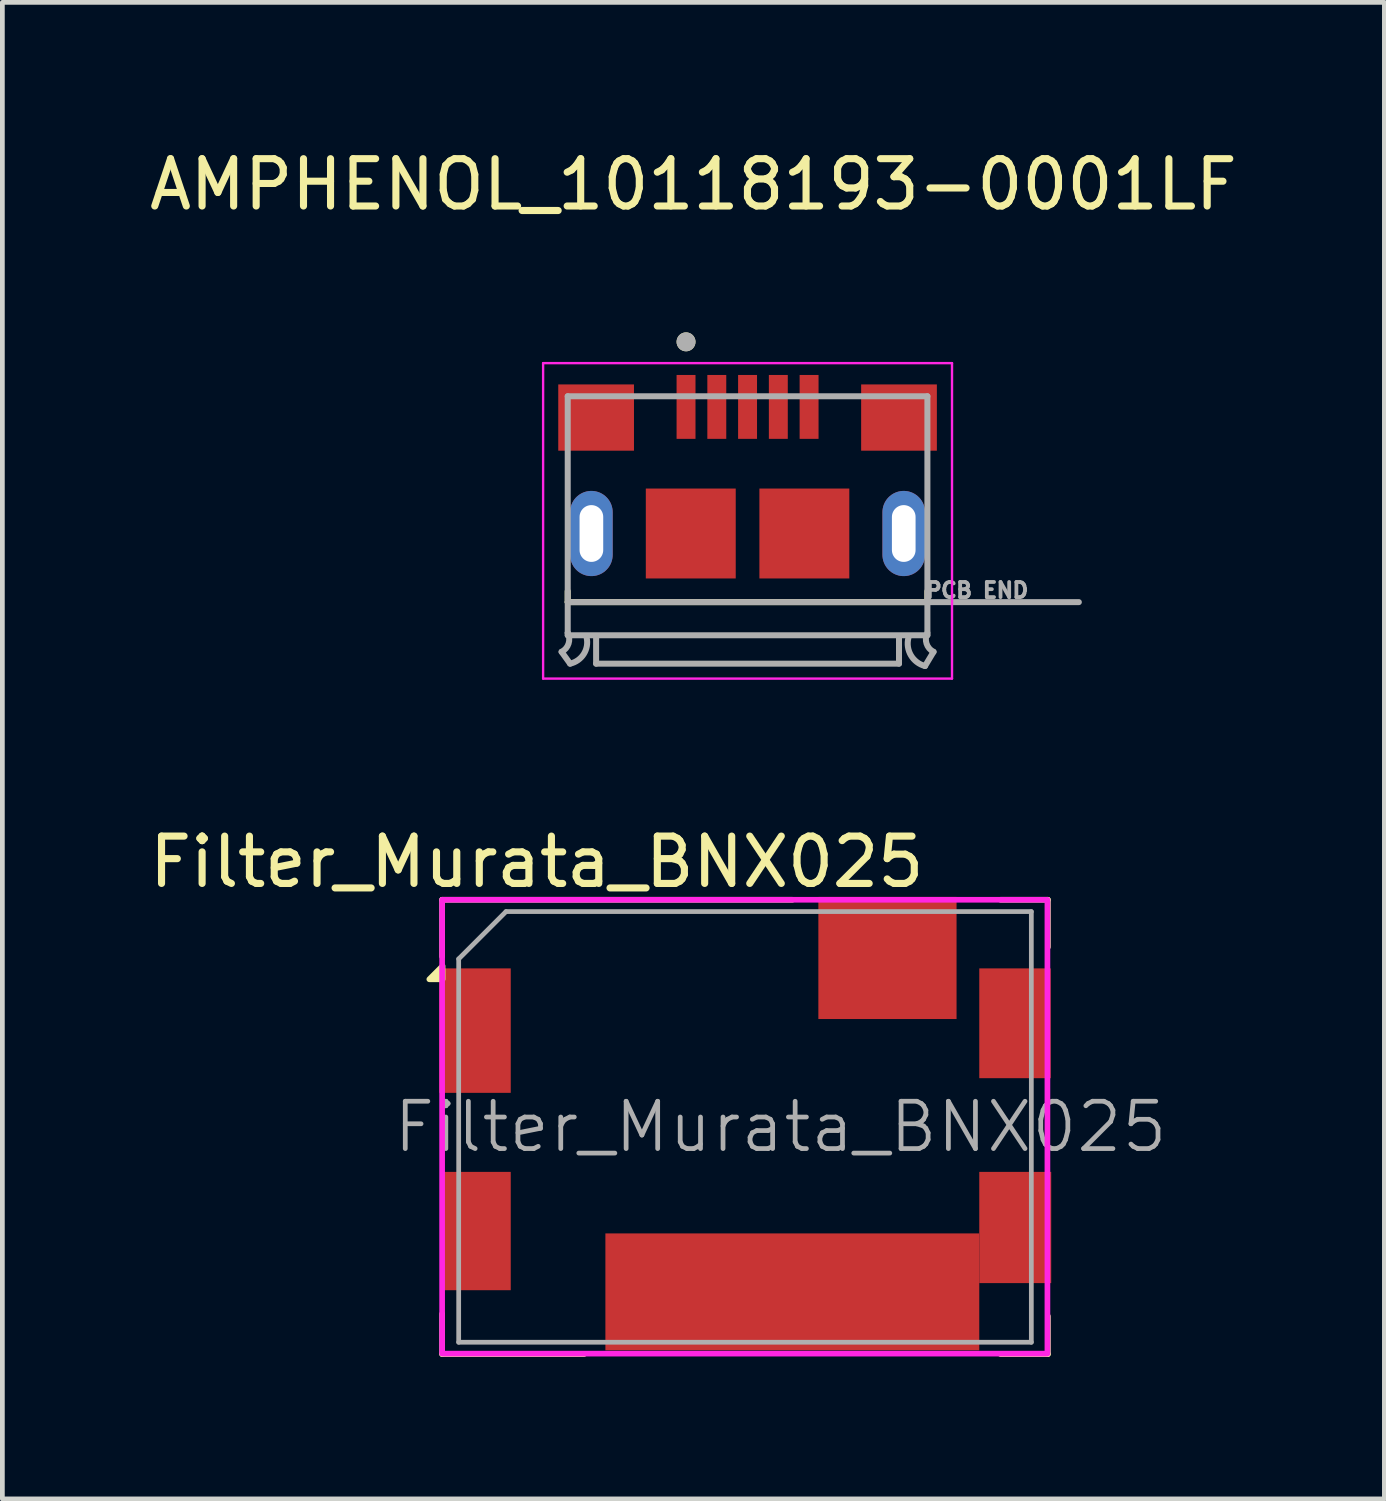
<source format=kicad_pcb>
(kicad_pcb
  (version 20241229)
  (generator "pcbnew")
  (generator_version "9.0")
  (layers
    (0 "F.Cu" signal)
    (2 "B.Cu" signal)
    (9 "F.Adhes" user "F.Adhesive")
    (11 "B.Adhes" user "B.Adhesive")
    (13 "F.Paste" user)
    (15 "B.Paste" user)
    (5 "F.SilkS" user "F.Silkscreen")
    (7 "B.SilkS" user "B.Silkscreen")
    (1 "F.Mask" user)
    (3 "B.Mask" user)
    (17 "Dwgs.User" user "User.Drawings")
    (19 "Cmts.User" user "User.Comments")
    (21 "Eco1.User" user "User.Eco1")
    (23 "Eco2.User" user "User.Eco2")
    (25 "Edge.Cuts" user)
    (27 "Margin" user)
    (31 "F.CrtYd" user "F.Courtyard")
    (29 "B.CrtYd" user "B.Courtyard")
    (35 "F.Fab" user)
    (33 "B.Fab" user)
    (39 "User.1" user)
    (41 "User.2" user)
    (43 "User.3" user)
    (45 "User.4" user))
  (footprint "Filter_Murata_BNX025"
    (layer "F.Cu")
    (at 12.692 20.762)
    (property "Reference" "Filter_Murata_BNX025" (at -4.4 -5.6 180) (layer "F.SilkS") (effects (font (size 1 1) (thickness 0.15))))
    (attr smd)
    (fp_line (start -6.4 -3.6) (end -6.4 -4.8) (stroke (width 0.12) (type solid)) (layer "F.SilkS"))
    (fp_line (start -6.4 4.8) (end -6.4 3.95) (stroke (width 0.12) (type solid)) (layer "F.SilkS"))
    (fp_line (start -3.4 4.8) (end -6.4 4.8) (stroke (width 0.12) (type solid)) (layer "F.SilkS"))
    (fp_line (start 1 -4.8) (end -6.4 -4.8) (stroke (width 0.12) (type solid)) (layer "F.SilkS"))
    (fp_line (start 5.4 4.8) (end 6.4 4.8) (stroke (width 0.12) (type solid)) (layer "F.SilkS"))
    (fp_line (start 6.4 -4.8) (end 5.4 -4.8) (stroke (width 0.12) (type solid)) (layer "F.SilkS"))
    (fp_line (start 6.4 -3.8) (end 6.4 -4.8) (stroke (width 0.12) (type solid)) (layer "F.SilkS"))
    (fp_line (start 6.4 4.8) (end 6.4 4) (stroke (width 0.12) (type solid)) (layer "F.SilkS"))
    (fp_poly (pts (xy -6.39 -3.12) (xy -6.67 -3.12) (xy -6.39 -3.4) (xy -6.39 -3.12)) (stroke (width 0.12) (type solid)) (fill yes) (layer "F.SilkS"))
    (fp_rect (start -6.4 -4.8) (end 6.39 4.79) (stroke (width 0.12) (type default)) (fill no) (layer "F.CrtYd"))
    (fp_line (start -6.05 4.55) (end -6.05 -3.55) (stroke (width 0.1) (type solid)) (layer "F.Fab"))
    (fp_line (start -5.05 -4.55) (end -6.05 -3.55) (stroke (width 0.1) (type solid)) (layer "F.Fab"))
    (fp_line (start -5.05 -4.55) (end 6.05 -4.55) (stroke (width 0.1) (type solid)) (layer "F.Fab"))
    (fp_line (start 6.05 -4.55) (end 6.05 4.55) (stroke (width 0.1) (type solid)) (layer "F.Fab"))
    (fp_line (start 6.05 4.55) (end -6.05 4.55) (stroke (width 0.1) (type solid)) (layer "F.Fab"))
    (fp_text user "${REFERENCE}" (at 0.75 0 0) (layer "F.Fab") (effects (font (size 1 1) (thickness 0.1))))
    (pad "1" smd rect (at -5.705 -2.035) (size 1.51 2.63) (layers "F.Cu" "F.Mask" "F.Paste"))
    (pad "2" smd rect (at 5.705 -2.19) (size 1.51 2.32) (layers "F.Cu" "F.Mask" "F.Paste"))
    (pad "3" smd rect (at -5.695 2.2) (size 1.49 2.5) (layers "F.Cu" "F.Mask" "F.Paste"))
    (pad "4" smd rect (at 1 3.485) (size 7.9 2.47) (layers "F.Cu" "F.Mask" "F.Paste"))
    (pad "4" smd rect (at 3.01 -3.57) (size 2.92 2.58) (layers "F.Cu" "F.Mask" "F.Paste"))
    (pad "4" smd rect (at 5.71 2.125) (size 1.52 2.35) (layers "F.Cu" "F.Mask" "F.Paste")))
  (footprint "AMPHENOL_10118193-0001LF"
    (layer "F.Cu")
    (at 12.746 8.223)
    (property "Reference" "AMPHENOL_10118193-0001LF" (at -1.145 -7.375 0) (layer "F.SilkS") (effects (font (size 1 1) (thickness 0.15))))
    (attr smd)
    (fp_line (start -3.8 1.45) (end -3.8 1.22) (stroke (width 0.127) (type solid)) (layer "F.SilkS"))
    (fp_line (start -3.8 1.45) (end 3.8 1.45) (stroke (width 0.127) (type solid)) (layer "F.SilkS"))
    (fp_line (start 3.8 1.45) (end 3.8 1.22) (stroke (width 0.127) (type solid)) (layer "F.SilkS"))
    (fp_circle (center -1.3 -4.05) (end -1.2 -4.05) (stroke (width 0.2) (type solid)) (fill no) (layer "F.SilkS"))
    (fp_line (start -4.32 -3.6) (end -4.32 3.066) (stroke (width 0.05) (type solid)) (layer "F.CrtYd"))
    (fp_line (start -4.32 3.066) (end 4.32 3.066) (stroke (width 0.05) (type solid)) (layer "F.CrtYd"))
    (fp_line (start 4.32 -3.6) (end -4.32 -3.6) (stroke (width 0.05) (type solid)) (layer "F.CrtYd"))
    (fp_line (start 4.32 3.066) (end 4.32 -3.6) (stroke (width 0.05) (type solid)) (layer "F.CrtYd"))
    (fp_line (start -3.93 2.5) (end -3.75 2.75) (stroke (width 0.127) (type solid)) (layer "F.Fab"))
    (fp_line (start -3.8 -2.9) (end 3.8 -2.9) (stroke (width 0.127) (type solid)) (layer "F.Fab"))
    (fp_line (start -3.8 1.45) (end 3.8 1.45) (stroke (width 0.127) (type solid)) (layer "F.Fab"))
    (fp_line (start -3.8 2.1) (end -3.8 -2.9) (stroke (width 0.127) (type solid)) (layer "F.Fab"))
    (fp_line (start -3.8 2.15) (end -3.8 2.1) (stroke (width 0.127) (type solid)) (layer "F.Fab"))
    (fp_line (start -3.2 2.2) (end -3.2 2.75) (stroke (width 0.127) (type solid)) (layer "F.Fab"))
    (fp_line (start -3.2 2.75) (end 3.2 2.75) (stroke (width 0.127) (type solid)) (layer "F.Fab"))
    (fp_line (start 3.2 2.75) (end 3.2 2.2) (stroke (width 0.127) (type solid)) (layer "F.Fab"))
    (fp_line (start 3.8 -2.9) (end 3.8 1.45) (stroke (width 0.127) (type solid)) (layer "F.Fab"))
    (fp_line (start 3.8 1.45) (end 3.8 2.15) (stroke (width 0.127) (type solid)) (layer "F.Fab"))
    (fp_line (start 3.8 1.45) (end 7 1.45) (stroke (width 0.127) (type solid)) (layer "F.Fab"))
    (fp_line (start 3.8 2.15) (end -3.8 2.15) (stroke (width 0.127) (type solid)) (layer "F.Fab"))
    (fp_line (start 3.93 2.5) (end 3.75 2.8) (stroke (width 0.127) (type solid)) (layer "F.Fab"))
    (fp_arc (start -3.8 2.1) (mid -3.782157 2.326924) (end -3.93 2.5) (stroke (width 0.127) (type solid)) (layer "F.Fab"))
    (fp_arc (start -3.4 2.2) (mid -3.461091 2.547487) (end -3.75 2.75) (stroke (width 0.127) (type solid)) (layer "F.Fab"))
    (fp_arc (start 3.75 2.8) (mid 3.450736 2.572487) (end 3.4 2.2) (stroke (width 0.127) (type solid)) (layer "F.Fab"))
    (fp_arc (start 3.93 2.5) (mid 3.782157 2.326924) (end 3.8 2.1) (stroke (width 0.127) (type solid)) (layer "F.Fab"))
    (fp_circle (center -1.3 -4.05) (end -1.2 -4.05) (stroke (width 0.2) (type solid)) (fill no) (layer "F.Fab"))
    (fp_text user "PCB END" (at 4.85 1.2 0) (layer "F.Fab") (effects (font (size 0.32 0.32) (thickness 0.15))))
    (pad "1" smd rect (at -1.3 -2.675) (size 0.4 1.35) (layers "F.Cu" "F.Mask" "F.Paste"))
    (pad "2" smd rect (at -0.65 -2.675) (size 0.4 1.35) (layers "F.Cu" "F.Mask" "F.Paste"))
    (pad "3" smd rect (at 0 -2.675) (size 0.4 1.35) (layers "F.Cu" "F.Mask" "F.Paste"))
    (pad "4" smd rect (at 0.65 -2.675) (size 0.4 1.35) (layers "F.Cu" "F.Mask" "F.Paste"))
    (pad "5" smd rect (at 1.3 -2.675) (size 0.4 1.35) (layers "F.Cu" "F.Mask" "F.Paste"))
    (pad "6" thru_hole oval (at -3.3 0) (size 0.9 1.8) (drill oval 0.5 1.2) (layers "*.Cu" "*.Mask"))
    (pad "6" smd rect (at -3.2 -2.45) (size 1.6 1.4) (layers "F.Cu" "F.Mask" "F.Paste"))
    (pad "6" smd rect (at -1.2 0) (size 1.9 1.9) (layers "F.Cu" "F.Mask" "F.Paste"))
    (pad "6" smd rect (at 1.2 0) (size 1.9 1.9) (layers "F.Cu" "F.Mask" "F.Paste"))
    (pad "6" smd rect (at 3.2 -2.45) (size 1.6 1.4) (layers "F.Cu" "F.Mask" "F.Paste"))
    (pad "6" thru_hole oval (at 3.3 0) (size 0.9 1.8) (drill oval 0.5 1.2) (layers "*.Cu" "*.Mask")))
  (gr_rect
    (start -3 -3)
    (end 26.202 28.622)
    (stroke (width 0.1) (type default))
    (fill no)
    (layer "Edge.Cuts")))
</source>
